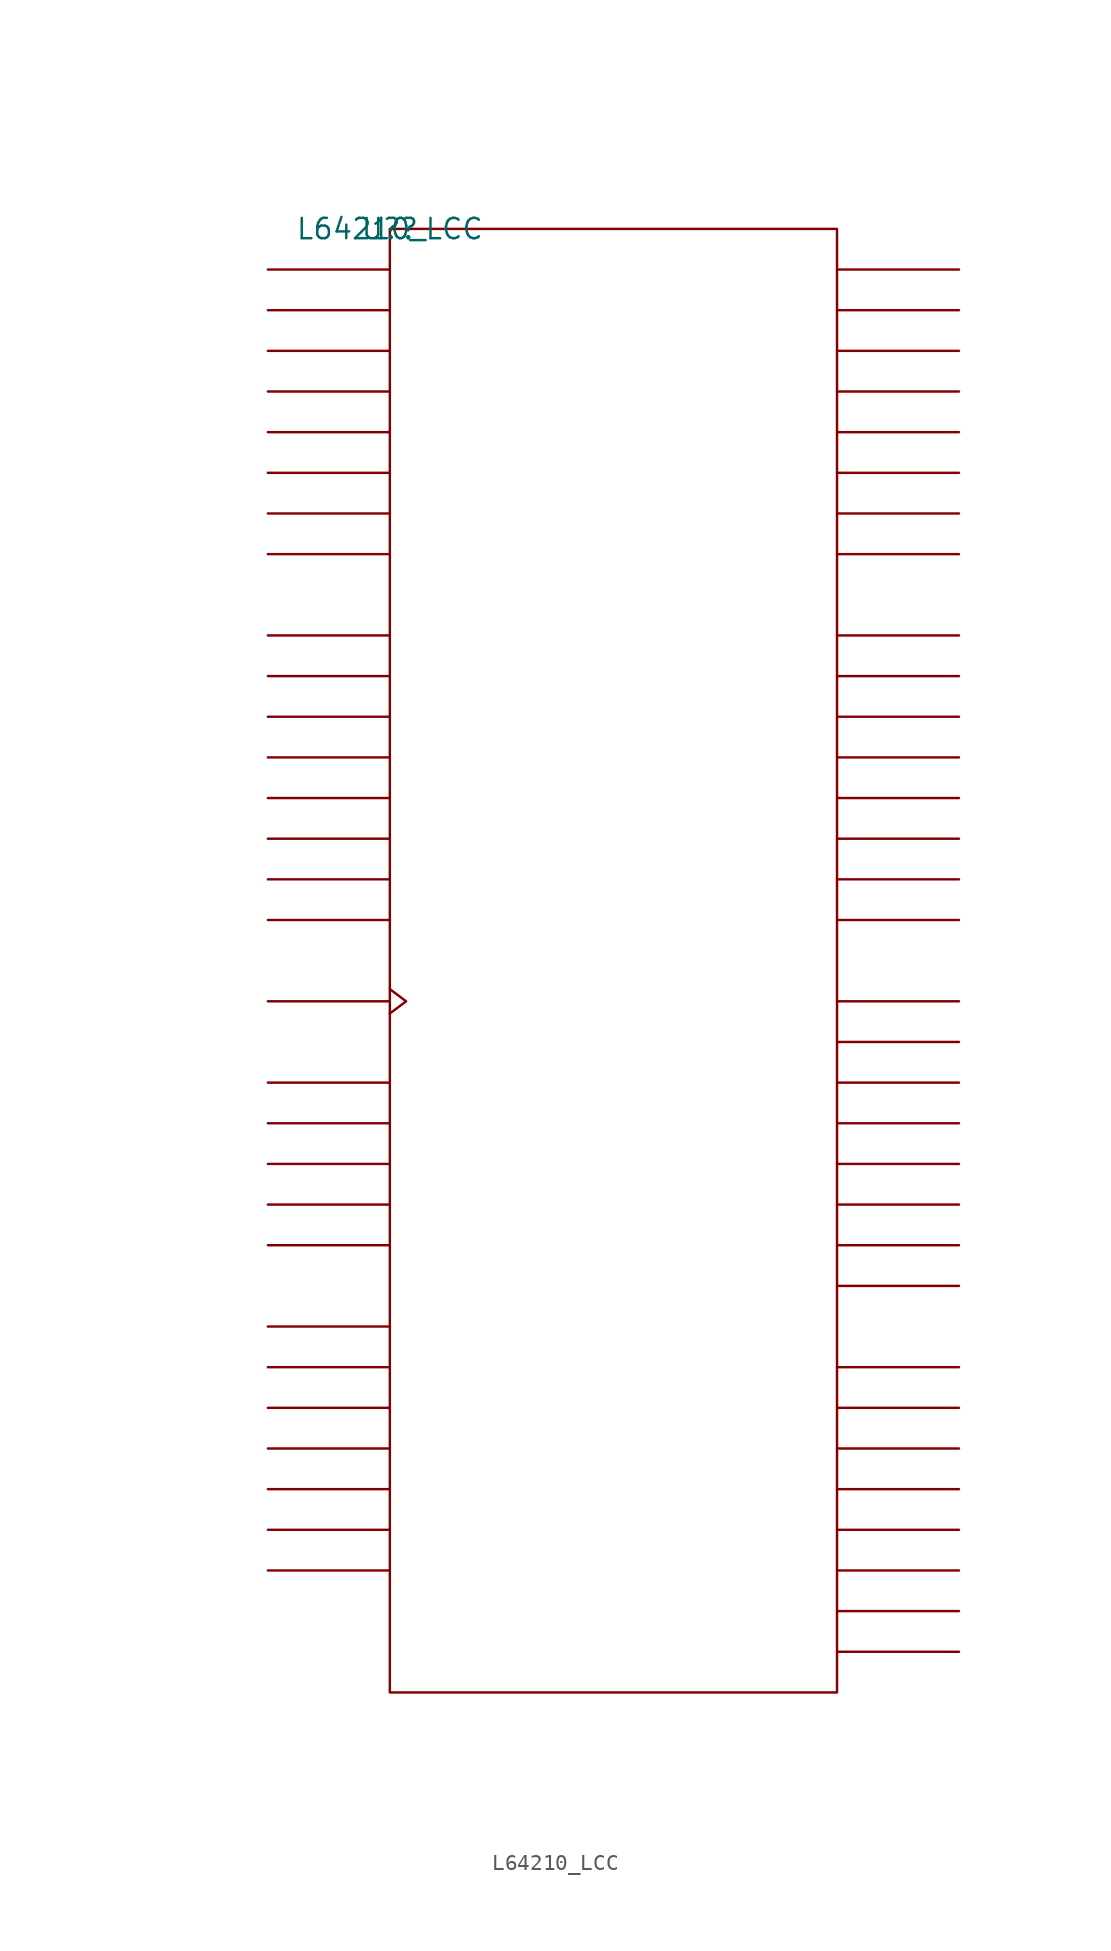
<source format=kicad_sym>
(kicad_symbol_lib
  (version 20211014)
  (generator kicad_symbol_editor)
  (symbol "L64210_LCC"
    (pin_names
      (offset 0.762))
    (property "Reference" "U?"
      (at 0 0 0)
      (effects (font (size 1.27 1.27))))
    (property "Value" "L64210_LCC"
      (at 0 0 0)
      (effects (font (size 1.27 1.27))))
    (symbol "L64210_LCC_0_1"
      (rectangle (start 0 -91.44) (end 27.94 0) (stroke (width 0) (type default) (color 0 0 0 0)) (fill (type none)))
      (polyline (pts (xy 0 -83.82) (xy -7.62 -83.82)) (stroke (width 0) (type default) (color 0 0 0 0)) (fill (type none)))
      (polyline (pts (xy 0 -81.28) (xy -7.62 -81.28)) (stroke (width 0) (type default) (color 0 0 0 0)) (fill (type none)))
      (polyline (pts (xy 0 -78.74) (xy -7.62 -78.74)) (stroke (width 0) (type default) (color 0 0 0 0)) (fill (type none)))
      (polyline (pts (xy 0 -76.2) (xy -7.62 -76.2)) (stroke (width 0) (type default) (color 0 0 0 0)) (fill (type none)))
      (polyline (pts (xy 0 -73.66) (xy -7.62 -73.66)) (stroke (width 0) (type default) (color 0 0 0 0)) (fill (type none)))
      (polyline (pts (xy 0 -71.12) (xy -7.62 -71.12)) (stroke (width 0) (type default) (color 0 0 0 0)) (fill (type none)))
      (polyline (pts (xy 0 -68.58) (xy -7.62 -68.58)) (stroke (width 0) (type default) (color 0 0 0 0)) (fill (type none)))
      (polyline (pts (xy 0 -63.5) (xy -7.62 -63.5)) (stroke (width 0) (type default) (color 0 0 0 0)) (fill (type none)))
      (polyline (pts (xy 0 -60.96) (xy -7.62 -60.96)) (stroke (width 0) (type default) (color 0 0 0 0)) (fill (type none)))
      (polyline (pts (xy 0 -58.42) (xy -7.62 -58.42)) (stroke (width 0) (type default) (color 0 0 0 0)) (fill (type none)))
      (polyline (pts (xy 0 -55.88) (xy -7.62 -55.88)) (stroke (width 0) (type default) (color 0 0 0 0)) (fill (type none)))
      (polyline (pts (xy 0 -53.34) (xy -7.62 -53.34)) (stroke (width 0) (type default) (color 0 0 0 0)) (fill (type none)))
      (polyline (pts (xy 0 -48.26) (xy -7.62 -48.26)) (stroke (width 0) (type default) (color 0 0 0 0)) (fill (type none)))
      (polyline (pts (xy 0 -43.18) (xy -7.62 -43.18)) (stroke (width 0) (type default) (color 0 0 0 0)) (fill (type none)))
      (polyline (pts (xy 0 -40.64) (xy -7.62 -40.64)) (stroke (width 0) (type default) (color 0 0 0 0)) (fill (type none)))
      (polyline (pts (xy 0 -38.1) (xy -7.62 -38.1)) (stroke (width 0) (type default) (color 0 0 0 0)) (fill (type none)))
      (polyline (pts (xy 0 -35.56) (xy -7.62 -35.56)) (stroke (width 0) (type default) (color 0 0 0 0)) (fill (type none)))
      (polyline (pts (xy 0 -33.02) (xy -7.62 -33.02)) (stroke (width 0) (type default) (color 0 0 0 0)) (fill (type none)))
      (polyline (pts (xy 0 -30.48) (xy -7.62 -30.48)) (stroke (width 0) (type default) (color 0 0 0 0)) (fill (type none)))
      (polyline (pts (xy 0 -27.94) (xy -7.62 -27.94)) (stroke (width 0) (type default) (color 0 0 0 0)) (fill (type none)))
      (polyline (pts (xy 0 -25.4) (xy -7.62 -25.4)) (stroke (width 0) (type default) (color 0 0 0 0)) (fill (type none)))
      (polyline (pts (xy 0 -20.32) (xy -7.62 -20.32)) (stroke (width 0) (type default) (color 0 0 0 0)) (fill (type none)))
      (polyline (pts (xy 0 -17.78) (xy -7.62 -17.78)) (stroke (width 0) (type default) (color 0 0 0 0)) (fill (type none)))
      (polyline (pts (xy 0 -15.24) (xy -7.62 -15.24)) (stroke (width 0) (type default) (color 0 0 0 0)) (fill (type none)))
      (polyline (pts (xy 0 -12.7) (xy -7.62 -12.7)) (stroke (width 0) (type default) (color 0 0 0 0)) (fill (type none)))
      (polyline (pts (xy 0 -10.16) (xy -7.62 -10.16)) (stroke (width 0) (type default) (color 0 0 0 0)) (fill (type none)))
      (polyline (pts (xy 0 -7.62) (xy -7.62 -7.62)) (stroke (width 0) (type default) (color 0 0 0 0)) (fill (type none)))
      (polyline (pts (xy 0 -5.08) (xy -7.62 -5.08)) (stroke (width 0) (type default) (color 0 0 0 0)) (fill (type none)))
      (polyline (pts (xy 0 -2.54) (xy -7.62 -2.54)) (stroke (width 0) (type default) (color 0 0 0 0)) (fill (type none)))
      (polyline (pts (xy 27.94 -88.9) (xy 35.56 -88.9)) (stroke (width 0) (type default) (color 0 0 0 0)) (fill (type none)))
      (polyline (pts (xy 27.94 -86.36) (xy 35.56 -86.36)) (stroke (width 0) (type default) (color 0 0 0 0)) (fill (type none)))
      (polyline (pts (xy 27.94 -83.82) (xy 35.56 -83.82)) (stroke (width 0) (type default) (color 0 0 0 0)) (fill (type none)))
      (polyline (pts (xy 27.94 -81.28) (xy 35.56 -81.28)) (stroke (width 0) (type default) (color 0 0 0 0)) (fill (type none)))
      (polyline (pts (xy 27.94 -78.74) (xy 35.56 -78.74)) (stroke (width 0) (type default) (color 0 0 0 0)) (fill (type none)))
      (polyline (pts (xy 27.94 -76.2) (xy 35.56 -76.2)) (stroke (width 0) (type default) (color 0 0 0 0)) (fill (type none)))
      (polyline (pts (xy 27.94 -73.66) (xy 35.56 -73.66)) (stroke (width 0) (type default) (color 0 0 0 0)) (fill (type none)))
      (polyline (pts (xy 27.94 -71.12) (xy 35.56 -71.12)) (stroke (width 0) (type default) (color 0 0 0 0)) (fill (type none)))
      (polyline (pts (xy 27.94 -66.04) (xy 35.56 -66.04)) (stroke (width 0) (type default) (color 0 0 0 0)) (fill (type none)))
      (polyline (pts (xy 27.94 -63.5) (xy 35.56 -63.5)) (stroke (width 0) (type default) (color 0 0 0 0)) (fill (type none)))
      (polyline (pts (xy 27.94 -60.96) (xy 35.56 -60.96)) (stroke (width 0) (type default) (color 0 0 0 0)) (fill (type none)))
      (polyline (pts (xy 27.94 -58.42) (xy 35.56 -58.42)) (stroke (width 0) (type default) (color 0 0 0 0)) (fill (type none)))
      (polyline (pts (xy 27.94 -55.88) (xy 35.56 -55.88)) (stroke (width 0) (type default) (color 0 0 0 0)) (fill (type none)))
      (polyline (pts (xy 27.94 -53.34) (xy 35.56 -53.34)) (stroke (width 0) (type default) (color 0 0 0 0)) (fill (type none)))
      (polyline (pts (xy 27.94 -50.8) (xy 35.56 -50.8)) (stroke (width 0) (type default) (color 0 0 0 0)) (fill (type none)))
      (polyline (pts (xy 27.94 -48.26) (xy 35.56 -48.26)) (stroke (width 0) (type default) (color 0 0 0 0)) (fill (type none)))
      (polyline (pts (xy 27.94 -43.18) (xy 35.56 -43.18)) (stroke (width 0) (type default) (color 0 0 0 0)) (fill (type none)))
      (polyline (pts (xy 27.94 -40.64) (xy 35.56 -40.64)) (stroke (width 0) (type default) (color 0 0 0 0)) (fill (type none)))
      (polyline (pts (xy 27.94 -38.1) (xy 35.56 -38.1)) (stroke (width 0) (type default) (color 0 0 0 0)) (fill (type none)))
      (polyline (pts (xy 27.94 -35.56) (xy 35.56 -35.56)) (stroke (width 0) (type default) (color 0 0 0 0)) (fill (type none)))
      (polyline (pts (xy 27.94 -33.02) (xy 35.56 -33.02)) (stroke (width 0) (type default) (color 0 0 0 0)) (fill (type none)))
      (polyline (pts (xy 27.94 -30.48) (xy 35.56 -30.48)) (stroke (width 0) (type default) (color 0 0 0 0)) (fill (type none)))
      (polyline (pts (xy 27.94 -27.94) (xy 35.56 -27.94)) (stroke (width 0) (type default) (color 0 0 0 0)) (fill (type none)))
      (polyline (pts (xy 27.94 -25.4) (xy 35.56 -25.4)) (stroke (width 0) (type default) (color 0 0 0 0)) (fill (type none)))
      (polyline (pts (xy 27.94 -20.32) (xy 35.56 -20.32)) (stroke (width 0) (type default) (color 0 0 0 0)) (fill (type none)))
      (polyline (pts (xy 27.94 -17.78) (xy 35.56 -17.78)) (stroke (width 0) (type default) (color 0 0 0 0)) (fill (type none)))
      (polyline (pts (xy 27.94 -15.24) (xy 35.56 -15.24)) (stroke (width 0) (type default) (color 0 0 0 0)) (fill (type none)))
      (polyline (pts (xy 27.94 -12.7) (xy 35.56 -12.7)) (stroke (width 0) (type default) (color 0 0 0 0)) (fill (type none)))
      (polyline (pts (xy 27.94 -10.16) (xy 35.56 -10.16)) (stroke (width 0) (type default) (color 0 0 0 0)) (fill (type none)))
      (polyline (pts (xy 27.94 -7.62) (xy 35.56 -7.62)) (stroke (width 0) (type default) (color 0 0 0 0)) (fill (type none)))
      (polyline (pts (xy 27.94 -5.08) (xy 35.56 -5.08)) (stroke (width 0) (type default) (color 0 0 0 0)) (fill (type none)))
      (polyline (pts (xy 27.94 -2.54) (xy 35.56 -2.54)) (stroke (width 0) (type default) (color 0 0 0 0)) (fill (type none)))
      (polyline (pts (xy 0 -47.498) (xy 1.016 -48.26) (xy 0 -49.022)) (stroke (width 0) (type default) (color 0 0 0 0)) (fill (type none))))
    (symbol "L64210_LCC_1_1"
      (pin power_in line (at 2.54 -91.44 0) (length 7.62) hide (name "GND" (effects (font (size 1.245 1.245)))) (number "1" (effects (font (size 1.245 1.245)))))
      (pin power_in line (at -7.62 -68.58 0) (length 7.62) hide (name "VDD" (effects (font (size 1.245 1.245)))) (number "10" (effects (font (size 1.245 1.245)))))
      (pin power_in line (at 5.08 -91.44 0) (length 7.62) hide (name "GND" (effects (font (size 1.245 1.245)))) (number "11" (effects (font (size 1.245 1.245)))))
      (pin unspecified line (at 35.56 -71.12 180) (length 7.62) hide (name "DO3.0" (effects (font (size 1.245 1.245)))) (number "12" (effects (font (size 1.245 1.245)))))
      (pin unspecified line (at 35.56 -73.66 180) (length 7.62) hide (name "DO3.1" (effects (font (size 1.245 1.245)))) (number "13" (effects (font (size 1.245 1.245)))))
      (pin unspecified line (at 35.56 -76.2 180) (length 7.62) hide (name "DO3.2" (effects (font (size 1.245 1.245)))) (number "14" (effects (font (size 1.245 1.245)))))
      (pin unspecified line (at 35.56 -78.74 180) (length 7.62) hide (name "DO3.3" (effects (font (size 1.245 1.245)))) (number "15" (effects (font (size 1.245 1.245)))))
      (pin unspecified line (at 35.56 -81.28 180) (length 7.62) hide (name "DO3.4" (effects (font (size 1.245 1.245)))) (number "16" (effects (font (size 1.245 1.245)))))
      (pin unspecified line (at 35.56 -83.82 180) (length 7.62) hide (name "DO3.5" (effects (font (size 1.245 1.245)))) (number "17" (effects (font (size 1.245 1.245)))))
      (pin unspecified line (at 35.56 -86.36 180) (length 7.62) hide (name "DO3.6" (effects (font (size 1.245 1.245)))) (number "18" (effects (font (size 1.245 1.245)))))
      (pin unspecified line (at 35.56 -88.9 180) (length 7.62) hide (name "DO3.7" (effects (font (size 1.245 1.245)))) (number "19" (effects (font (size 1.245 1.245)))))
      (pin unspecified line (at 35.56 -48.26 180) (length 7.62) hide (name "DO2.0" (effects (font (size 1.245 1.245)))) (number "2" (effects (font (size 1.245 1.245)))))
      (pin power_in line (at -7.62 -71.12 0) (length 7.62) hide (name "VDD" (effects (font (size 1.245 1.245)))) (number "20" (effects (font (size 1.245 1.245)))))
      (pin power_in line (at 7.62 -91.44 0) (length 7.62) hide (name "GND" (effects (font (size 1.245 1.245)))) (number "21" (effects (font (size 1.245 1.245)))))
      (pin unspecified line (at -7.62 -25.4 0) (length 7.62) hide (name "CI0" (effects (font (size 1.245 1.245)))) (number "22" (effects (font (size 1.245 1.245)))))
      (pin unspecified line (at -7.62 -27.94 0) (length 7.62) hide (name "CI1" (effects (font (size 1.245 1.245)))) (number "23" (effects (font (size 1.245 1.245)))))
      (pin unspecified line (at -7.62 -30.48 0) (length 7.62) hide (name "CI2" (effects (font (size 1.245 1.245)))) (number "24" (effects (font (size 1.245 1.245)))))
      (pin unspecified line (at -7.62 -33.02 0) (length 7.62) hide (name "CI3" (effects (font (size 1.245 1.245)))) (number "25" (effects (font (size 1.245 1.245)))))
      (pin unspecified line (at -7.62 -35.56 0) (length 7.62) hide (name "CI4" (effects (font (size 1.245 1.245)))) (number "26" (effects (font (size 1.245 1.245)))))
      (pin unspecified line (at -7.62 -38.1 0) (length 7.62) hide (name "CI5" (effects (font (size 1.245 1.245)))) (number "27" (effects (font (size 1.245 1.245)))))
      (pin unspecified line (at -7.62 -40.64 0) (length 7.62) hide (name "CI6" (effects (font (size 1.245 1.245)))) (number "28" (effects (font (size 1.245 1.245)))))
      (pin unspecified line (at -7.62 -53.34 0) (length 7.62) hide (name "A\\L\\" (effects (font (size 1.245 1.245)))) (number "29" (effects (font (size 1.245 1.245)))))
      (pin unspecified line (at 35.56 -50.8 180) (length 7.62) hide (name "DO2.1" (effects (font (size 1.245 1.245)))) (number "3" (effects (font (size 1.245 1.245)))))
      (pin unspecified line (at -7.62 -63.5 0) (length 7.62) hide (name "W\\E\\" (effects (font (size 1.245 1.245)))) (number "30" (effects (font (size 1.245 1.245)))))
      (pin unspecified line (at -7.62 -43.18 0) (length 7.62) hide (name "CI7" (effects (font (size 1.245 1.245)))) (number "31" (effects (font (size 1.245 1.245)))))
      (pin unspecified line (at -7.62 -55.88 0) (length 7.62) hide (name "F\\L\\U\\S\\H\\" (effects (font (size 1.245 1.245)))) (number "32" (effects (font (size 1.245 1.245)))))
      (pin unspecified line (at -7.62 -60.96 0) (length 7.62) hide (name "T\\E\\S\\T\\" (effects (font (size 1.245 1.245)))) (number "33" (effects (font (size 1.245 1.245)))))
      (pin power_in line (at -7.62 -73.66 0) (length 7.62) hide (name "VDD" (effects (font (size 1.245 1.245)))) (number "34" (effects (font (size 1.245 1.245)))))
      (pin power_in line (at 10.16 -91.44 0) (length 7.62) hide (name "GND" (effects (font (size 1.245 1.245)))) (number "35" (effects (font (size 1.245 1.245)))))
      (pin unspecified line (at -7.62 -58.42 0) (length 7.62) hide (name "SH/H\\L\\D\\" (effects (font (size 1.245 1.245)))) (number "36" (effects (font (size 1.245 1.245)))))
      (pin unspecified line (at -7.62 -48.26 180) (length 7.62) hide (name "CLK" (effects (font (size 1.245 1.245)))) (number "37" (effects (font (size 1.245 1.245)))))
      (pin unspecified line (at -7.62 -20.32 0) (length 7.62) hide (name "DI7" (effects (font (size 1.245 1.245)))) (number "38" (effects (font (size 1.245 1.245)))))
      (pin unspecified line (at -7.62 -17.78 0) (length 7.62) hide (name "DI6" (effects (font (size 1.245 1.245)))) (number "39" (effects (font (size 1.245 1.245)))))
      (pin unspecified line (at 35.56 -53.34 180) (length 7.62) hide (name "DO2.2" (effects (font (size 1.245 1.245)))) (number "4" (effects (font (size 1.245 1.245)))))
      (pin unspecified line (at -7.62 -15.24 0) (length 7.62) hide (name "DI5" (effects (font (size 1.245 1.245)))) (number "40" (effects (font (size 1.245 1.245)))))
      (pin unspecified line (at -7.62 -12.7 0) (length 7.62) hide (name "DI4" (effects (font (size 1.245 1.245)))) (number "41" (effects (font (size 1.245 1.245)))))
      (pin power_in line (at 12.7 -91.44 0) (length 7.62) hide (name "GND" (effects (font (size 1.245 1.245)))) (number "42" (effects (font (size 1.245 1.245)))))
      (pin power_in line (at -7.62 -76.2 0) (length 7.62) hide (name "VDD" (effects (font (size 1.245 1.245)))) (number "43" (effects (font (size 1.245 1.245)))))
      (pin unspecified line (at -7.62 -10.16 0) (length 7.62) hide (name "DI3" (effects (font (size 1.245 1.245)))) (number "44" (effects (font (size 1.245 1.245)))))
      (pin unspecified line (at -7.62 -7.62 0) (length 7.62) hide (name "DI2" (effects (font (size 1.245 1.245)))) (number "45" (effects (font (size 1.245 1.245)))))
      (pin unspecified line (at -7.62 -5.08 0) (length 7.62) hide (name "DI1" (effects (font (size 1.245 1.245)))) (number "46" (effects (font (size 1.245 1.245)))))
      (pin unspecified line (at -7.62 -2.54 0) (length 7.62) hide (name "DI0" (effects (font (size 1.245 1.245)))) (number "47" (effects (font (size 1.245 1.245)))))
      (pin power_in line (at -7.62 -78.74 0) (length 7.62) hide (name "VDD" (effects (font (size 1.245 1.245)))) (number "48" (effects (font (size 1.245 1.245)))))
      (pin power_in line (at 15.24 -91.44 0) (length 7.62) hide (name "GND" (effects (font (size 1.245 1.245)))) (number "49" (effects (font (size 1.245 1.245)))))
      (pin unspecified line (at 35.56 -55.88 180) (length 7.62) hide (name "DO2.3" (effects (font (size 1.245 1.245)))) (number "5" (effects (font (size 1.245 1.245)))))
      (pin unspecified line (at 35.56 -2.54 180) (length 7.62) hide (name "DO0.0" (effects (font (size 1.245 1.245)))) (number "50" (effects (font (size 1.245 1.245)))))
      (pin unspecified line (at 35.56 -5.08 180) (length 7.62) hide (name "DO0.1" (effects (font (size 1.245 1.245)))) (number "51" (effects (font (size 1.245 1.245)))))
      (pin unspecified line (at 35.56 -7.62 180) (length 7.62) hide (name "DO0.2" (effects (font (size 1.245 1.245)))) (number "52" (effects (font (size 1.245 1.245)))))
      (pin unspecified line (at 35.56 -10.16 180) (length 7.62) hide (name "DO0.3" (effects (font (size 1.245 1.245)))) (number "53" (effects (font (size 1.245 1.245)))))
      (pin unspecified line (at 35.56 -12.7 180) (length 7.62) hide (name "DO0.4" (effects (font (size 1.245 1.245)))) (number "54" (effects (font (size 1.245 1.245)))))
      (pin unspecified line (at 35.56 -15.24 180) (length 7.62) hide (name "DO0.5" (effects (font (size 1.245 1.245)))) (number "55" (effects (font (size 1.245 1.245)))))
      (pin unspecified line (at 35.56 -17.78 180) (length 7.62) hide (name "DO0.6" (effects (font (size 1.245 1.245)))) (number "56" (effects (font (size 1.245 1.245)))))
      (pin unspecified line (at 35.56 -20.32 180) (length 7.62) hide (name "DO0.7" (effects (font (size 1.245 1.245)))) (number "57" (effects (font (size 1.245 1.245)))))
      (pin power_in line (at -7.62 -81.28 0) (length 7.62) hide (name "VDD" (effects (font (size 1.245 1.245)))) (number "58" (effects (font (size 1.245 1.245)))))
      (pin power_in line (at 17.78 -91.44 0) (length 7.62) hide (name "GND" (effects (font (size 1.245 1.245)))) (number "59" (effects (font (size 1.245 1.245)))))
      (pin unspecified line (at 35.56 -58.42 180) (length 7.62) hide (name "DO2.4" (effects (font (size 1.245 1.245)))) (number "6" (effects (font (size 1.245 1.245)))))
      (pin unspecified line (at 35.56 -25.4 180) (length 7.62) hide (name "DO1.0" (effects (font (size 1.245 1.245)))) (number "60" (effects (font (size 1.245 1.245)))))
      (pin unspecified line (at 35.56 -27.94 180) (length 7.62) hide (name "DO1.1" (effects (font (size 1.245 1.245)))) (number "61" (effects (font (size 1.245 1.245)))))
      (pin unspecified line (at 35.56 -30.48 180) (length 7.62) hide (name "DO1.2" (effects (font (size 1.245 1.245)))) (number "62" (effects (font (size 1.245 1.245)))))
      (pin unspecified line (at 35.56 -33.02 180) (length 7.62) hide (name "DO1.3" (effects (font (size 1.245 1.245)))) (number "63" (effects (font (size 1.245 1.245)))))
      (pin unspecified line (at 35.56 -35.56 180) (length 7.62) hide (name "DO1.4" (effects (font (size 1.245 1.245)))) (number "64" (effects (font (size 1.245 1.245)))))
      (pin unspecified line (at 35.56 -38.1 180) (length 7.62) hide (name "DO1.5" (effects (font (size 1.245 1.245)))) (number "65" (effects (font (size 1.245 1.245)))))
      (pin unspecified line (at 35.56 -40.64 180) (length 7.62) hide (name "DO1.6" (effects (font (size 1.245 1.245)))) (number "66" (effects (font (size 1.245 1.245)))))
      (pin unspecified line (at 35.56 -43.18 180) (length 7.62) hide (name "DO1.7" (effects (font (size 1.245 1.245)))) (number "67" (effects (font (size 1.245 1.245)))))
      (pin power_in line (at -7.62 -83.82 0) (length 7.62) hide (name "VDD" (effects (font (size 1.245 1.245)))) (number "68" (effects (font (size 1.245 1.245)))))
      (pin unspecified line (at 35.56 -60.96 180) (length 7.62) hide (name "DO2.5" (effects (font (size 1.245 1.245)))) (number "7" (effects (font (size 1.245 1.245)))))
      (pin unspecified line (at 35.56 -63.5 180) (length 7.62) hide (name "DO2.6" (effects (font (size 1.245 1.245)))) (number "8" (effects (font (size 1.245 1.245)))))
      (pin unspecified line (at 35.56 -66.04 180) (length 7.62) hide (name "DO2.7" (effects (font (size 1.245 1.245)))) (number "9" (effects (font (size 1.245 1.245))))))))
</source>
